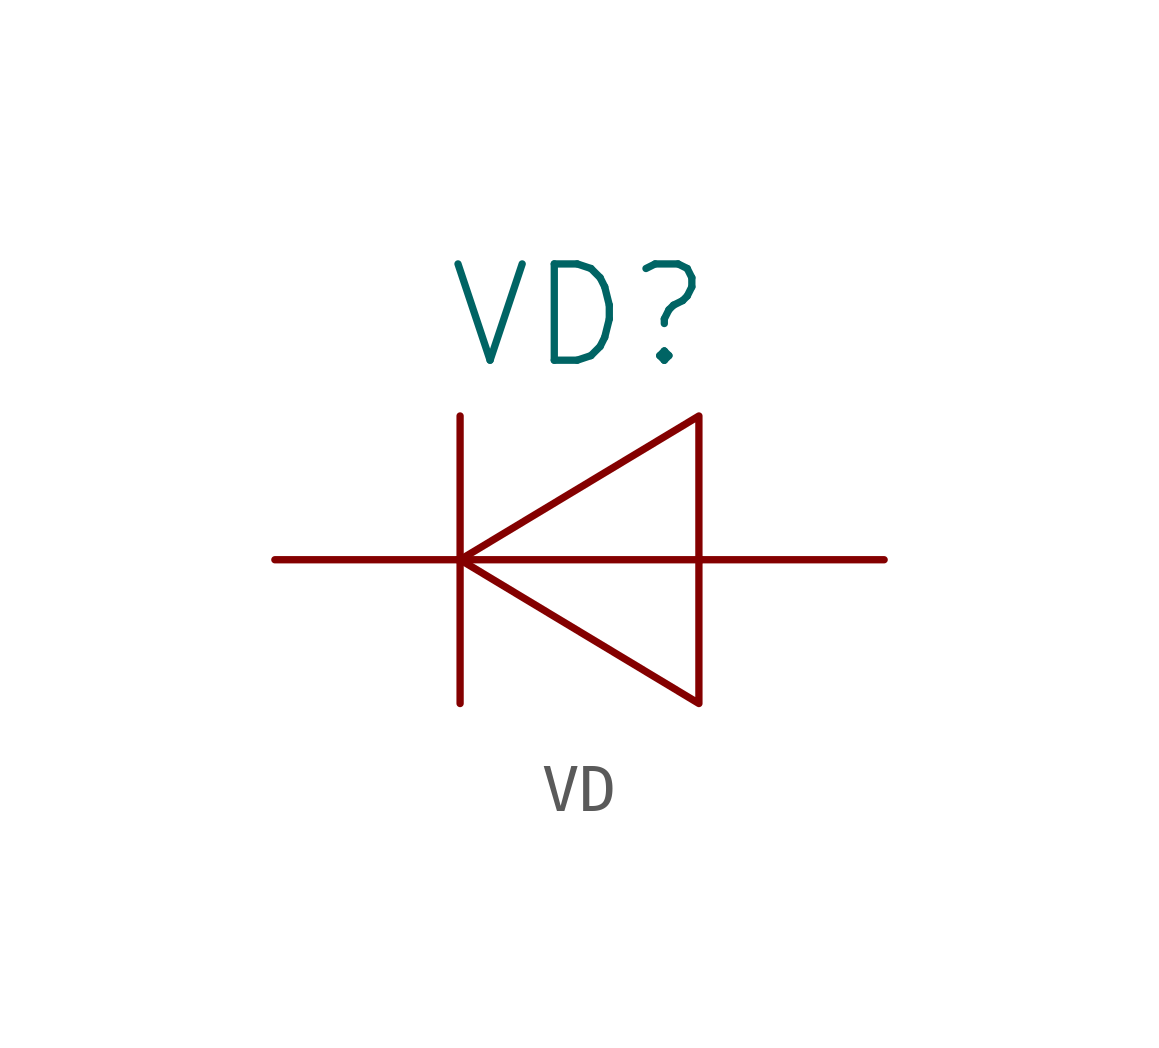
<source format=kicad_sym>
(kicad_symbol_lib
  (version 20231120)
  (generator "kicad_symbol_editor")
  (generator_version "8.0")
  (symbol "VD"
    (pin_numbers hide)
    (pin_names
      (offset 0) hide)
    (property "Reference" "VD"
      (at 0 5.08 0)
      (effects (font (size 2.007 2.007))))
    (symbol "VD_0_1"
      (polyline (pts (xy -2.54 0) (xy 2.54 0)) (stroke (width 0) (type solid)) (fill (type none)))
      (polyline (pts (xy -2.489 2.997) (xy -2.489 -2.997)) (stroke (width 0) (type solid)) (fill (type none)))
      (polyline (pts (xy -2.489 0) (xy 2.489 2.997) (xy 2.489 -2.997) (xy -2.489 0)) (stroke (width 0) (type solid)) (fill (type none))))
    (symbol "VD_1_1"
      (pin passive line (at -6.35 0 0) (length 3.81) (name "K" (effects (font (size 2.007 2.007)))) (number "1" (effects (font (size 2.007 2.007)))))
      (pin passive line (at 6.35 0 180) (length 3.81) (name "A" (effects (font (size 2.007 2.007)))) (number "2" (effects (font (size 2.007 2.007))))))))
</source>
